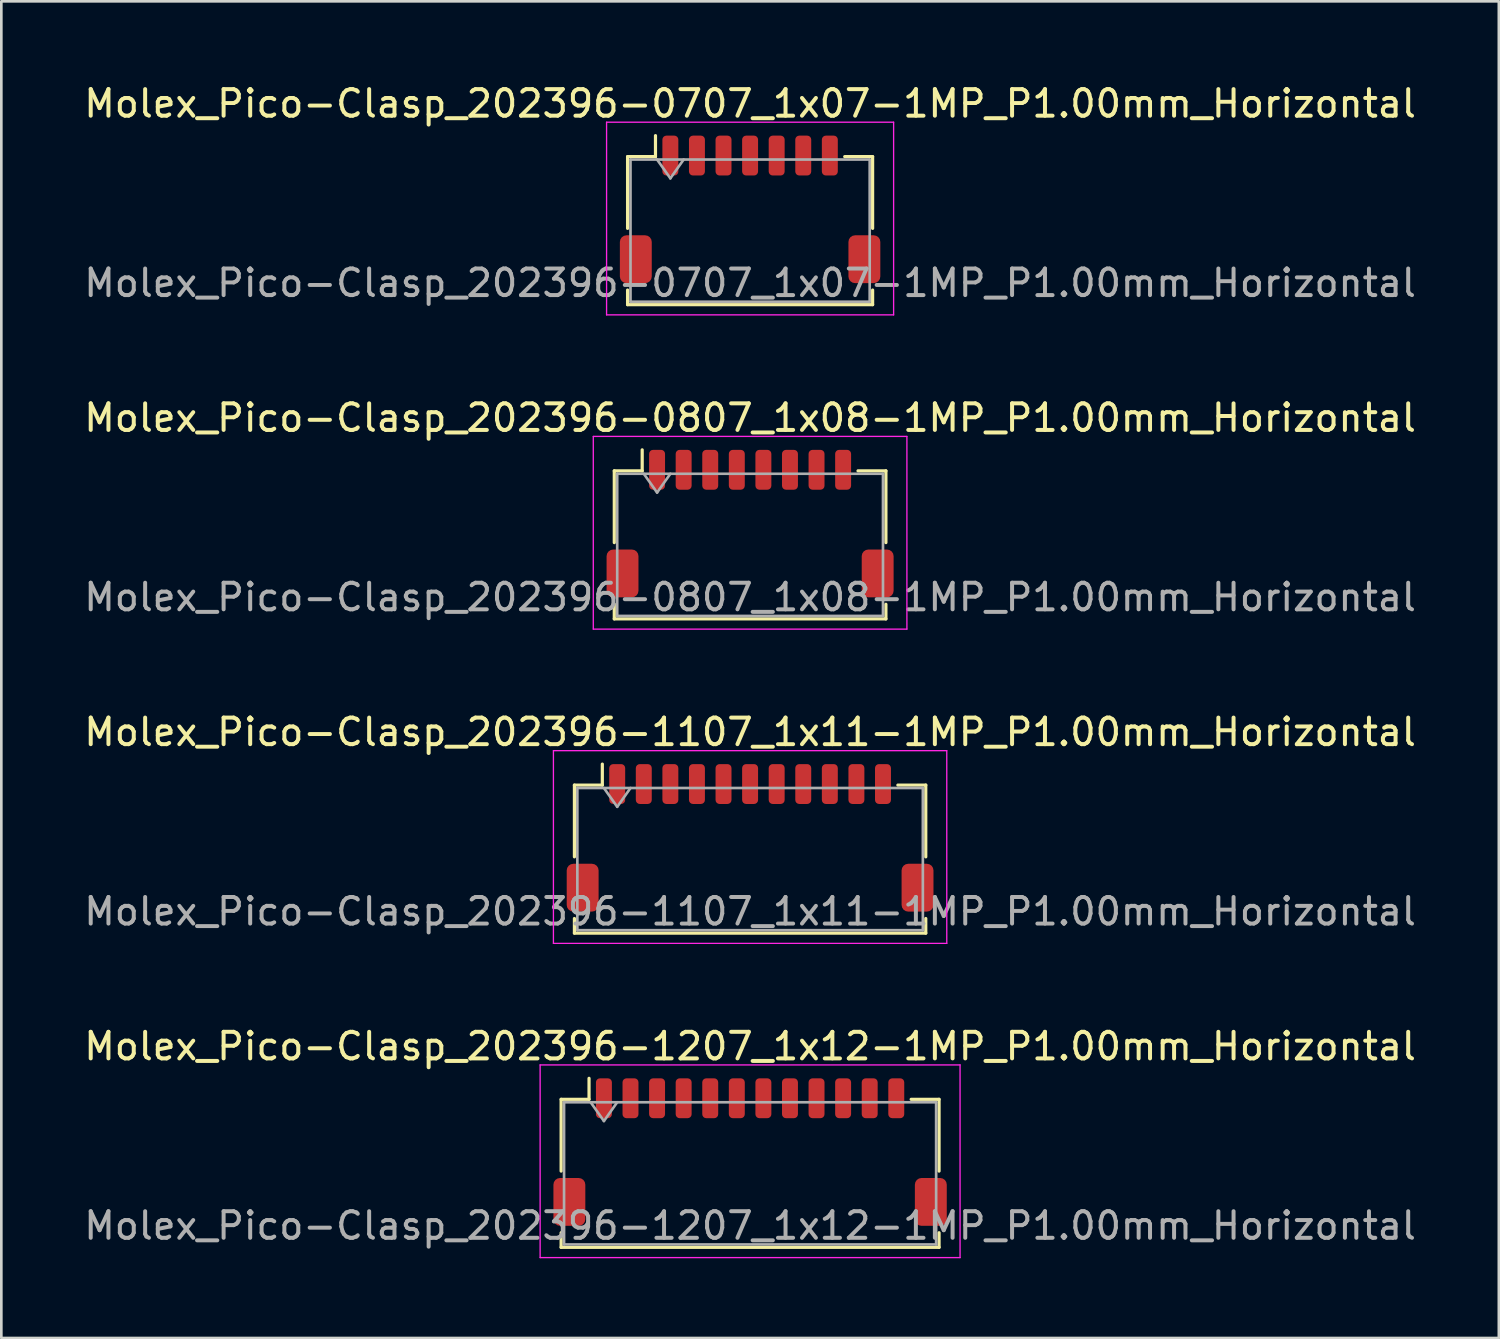
<source format=kicad_pcb>
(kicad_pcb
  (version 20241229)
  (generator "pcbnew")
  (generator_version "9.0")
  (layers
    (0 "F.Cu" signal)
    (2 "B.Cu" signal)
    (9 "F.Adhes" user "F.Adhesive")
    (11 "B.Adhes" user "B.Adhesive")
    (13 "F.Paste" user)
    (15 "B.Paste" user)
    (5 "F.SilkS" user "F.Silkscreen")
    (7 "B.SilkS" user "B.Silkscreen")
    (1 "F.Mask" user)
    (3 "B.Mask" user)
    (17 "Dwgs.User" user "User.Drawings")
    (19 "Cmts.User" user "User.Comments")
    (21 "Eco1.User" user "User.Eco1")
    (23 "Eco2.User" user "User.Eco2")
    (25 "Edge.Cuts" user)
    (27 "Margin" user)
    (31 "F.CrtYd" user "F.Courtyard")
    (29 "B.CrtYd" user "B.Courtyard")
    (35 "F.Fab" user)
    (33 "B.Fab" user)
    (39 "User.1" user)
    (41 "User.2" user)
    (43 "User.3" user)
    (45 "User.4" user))
  (footprint "Molex_Pico-Clasp_202396-1207_1x12-1MP_P1.00mm_Horizontal"
    (layer "F.Cu")
    (at 25.173 40.298)
    (property "Reference" "Molex_Pico-Clasp_202396-1207_1x12-1MP_P1.00mm_Horizontal" (at 0 -3.98 0) (layer "F.SilkS") (effects (font (size 1 1) (thickness 0.15))))
    (attr smd)
    (fp_line (start -7.11 -1.985) (end -6.06 -1.985) (stroke (width 0.12) (type solid)) (layer "F.SilkS"))
    (fp_line (start -7.11 0.715) (end -7.11 -1.985) (stroke (width 0.12) (type solid)) (layer "F.SilkS"))
    (fp_line (start -7.11 3.035) (end -7.11 3.585) (stroke (width 0.12) (type solid)) (layer "F.SilkS"))
    (fp_line (start -7.11 3.585) (end 7.11 3.585) (stroke (width 0.12) (type solid)) (layer "F.SilkS"))
    (fp_line (start -6.06 -1.985) (end -6.06 -2.775) (stroke (width 0.12) (type solid)) (layer "F.SilkS"))
    (fp_line (start 7.11 -1.985) (end 6.06 -1.985) (stroke (width 0.12) (type solid)) (layer "F.SilkS"))
    (fp_line (start 7.11 0.715) (end 7.11 -1.985) (stroke (width 0.12) (type solid)) (layer "F.SilkS"))
    (fp_line (start 7.11 3.585) (end 7.11 3.035) (stroke (width 0.12) (type solid)) (layer "F.SilkS"))
    (fp_line (start -7.9 -3.28) (end -7.9 3.97) (stroke (width 0.05) (type solid)) (layer "F.CrtYd"))
    (fp_line (start -7.9 3.97) (end 7.9 3.97) (stroke (width 0.05) (type solid)) (layer "F.CrtYd"))
    (fp_line (start 7.9 -3.28) (end -7.9 -3.28) (stroke (width 0.05) (type solid)) (layer "F.CrtYd"))
    (fp_line (start 7.9 3.97) (end 7.9 -3.28) (stroke (width 0.05) (type solid)) (layer "F.CrtYd"))
    (fp_line (start -7 -1.875) (end -7 3.475) (stroke (width 0.1) (type solid)) (layer "F.Fab"))
    (fp_line (start -7 -1.875) (end 7 -1.875) (stroke (width 0.1) (type solid)) (layer "F.Fab"))
    (fp_line (start -7 3.475) (end 7 3.475) (stroke (width 0.1) (type solid)) (layer "F.Fab"))
    (fp_line (start -6 -1.875) (end -5.5 -1.168) (stroke (width 0.1) (type solid)) (layer "F.Fab"))
    (fp_line (start -5.5 -1.168) (end -5 -1.875) (stroke (width 0.1) (type solid)) (layer "F.Fab"))
    (fp_line (start 7 -1.875) (end 7 3.475) (stroke (width 0.1) (type solid)) (layer "F.Fab"))
    (fp_text user "${REFERENCE}" (at 0 2.77 0) (layer "F.Fab") (effects (font (size 1 1) (thickness 0.15))))
    (pad "1" smd roundrect (at -5.5 -2.025) (size 0.6 1.5) (layers "F.Cu" "F.Mask" "F.Paste") (roundrect_rratio 0.25))
    (pad "2" smd roundrect (at -4.5 -2.025) (size 0.6 1.5) (layers "F.Cu" "F.Mask" "F.Paste") (roundrect_rratio 0.25))
    (pad "3" smd roundrect (at -3.5 -2.025) (size 0.6 1.5) (layers "F.Cu" "F.Mask" "F.Paste") (roundrect_rratio 0.25))
    (pad "4" smd roundrect (at -2.5 -2.025) (size 0.6 1.5) (layers "F.Cu" "F.Mask" "F.Paste") (roundrect_rratio 0.25))
    (pad "5" smd roundrect (at -1.5 -2.025) (size 0.6 1.5) (layers "F.Cu" "F.Mask" "F.Paste") (roundrect_rratio 0.25))
    (pad "6" smd roundrect (at -0.5 -2.025) (size 0.6 1.5) (layers "F.Cu" "F.Mask" "F.Paste") (roundrect_rratio 0.25))
    (pad "7" smd roundrect (at 0.5 -2.025) (size 0.6 1.5) (layers "F.Cu" "F.Mask" "F.Paste") (roundrect_rratio 0.25))
    (pad "8" smd roundrect (at 1.5 -2.025) (size 0.6 1.5) (layers "F.Cu" "F.Mask" "F.Paste") (roundrect_rratio 0.25))
    (pad "9" smd roundrect (at 2.5 -2.025) (size 0.6 1.5) (layers "F.Cu" "F.Mask" "F.Paste") (roundrect_rratio 0.25))
    (pad "10" smd roundrect (at 3.5 -2.025) (size 0.6 1.5) (layers "F.Cu" "F.Mask" "F.Paste") (roundrect_rratio 0.25))
    (pad "11" smd roundrect (at 4.5 -2.025) (size 0.6 1.5) (layers "F.Cu" "F.Mask" "F.Paste") (roundrect_rratio 0.25))
    (pad "12" smd roundrect (at 5.5 -2.025) (size 0.6 1.5) (layers "F.Cu" "F.Mask" "F.Paste") (roundrect_rratio 0.25))
    (pad "MP" smd roundrect (at -6.8 1.875) (size 1.2 1.8) (layers "F.Cu" "F.Mask" "F.Paste") (roundrect_rratio 0.208))
    (pad "MP" smd roundrect (at 6.8 1.875) (size 1.2 1.8) (layers "F.Cu" "F.Mask" "F.Paste") (roundrect_rratio 0.208)))
  (footprint "Molex_Pico-Clasp_202396-0707_1x07-1MP_P1.00mm_Horizontal"
    (layer "F.Cu")
    (at 25.173 4.828)
    (property "Reference" "Molex_Pico-Clasp_202396-0707_1x07-1MP_P1.00mm_Horizontal" (at 0 -3.98 0) (layer "F.SilkS") (effects (font (size 1 1) (thickness 0.15))))
    (attr smd)
    (fp_line (start -4.61 -1.985) (end -3.56 -1.985) (stroke (width 0.12) (type solid)) (layer "F.SilkS"))
    (fp_line (start -4.61 0.715) (end -4.61 -1.985) (stroke (width 0.12) (type solid)) (layer "F.SilkS"))
    (fp_line (start -4.61 3.035) (end -4.61 3.585) (stroke (width 0.12) (type solid)) (layer "F.SilkS"))
    (fp_line (start -4.61 3.585) (end 4.61 3.585) (stroke (width 0.12) (type solid)) (layer "F.SilkS"))
    (fp_line (start -3.56 -1.985) (end -3.56 -2.775) (stroke (width 0.12) (type solid)) (layer "F.SilkS"))
    (fp_line (start 4.61 -1.985) (end 3.56 -1.985) (stroke (width 0.12) (type solid)) (layer "F.SilkS"))
    (fp_line (start 4.61 0.715) (end 4.61 -1.985) (stroke (width 0.12) (type solid)) (layer "F.SilkS"))
    (fp_line (start 4.61 3.585) (end 4.61 3.035) (stroke (width 0.12) (type solid)) (layer "F.SilkS"))
    (fp_line (start -5.4 -3.28) (end -5.4 3.97) (stroke (width 0.05) (type solid)) (layer "F.CrtYd"))
    (fp_line (start -5.4 3.97) (end 5.4 3.97) (stroke (width 0.05) (type solid)) (layer "F.CrtYd"))
    (fp_line (start 5.4 -3.28) (end -5.4 -3.28) (stroke (width 0.05) (type solid)) (layer "F.CrtYd"))
    (fp_line (start 5.4 3.97) (end 5.4 -3.28) (stroke (width 0.05) (type solid)) (layer "F.CrtYd"))
    (fp_line (start -4.5 -1.875) (end -4.5 3.475) (stroke (width 0.1) (type solid)) (layer "F.Fab"))
    (fp_line (start -4.5 -1.875) (end 4.5 -1.875) (stroke (width 0.1) (type solid)) (layer "F.Fab"))
    (fp_line (start -4.5 3.475) (end 4.5 3.475) (stroke (width 0.1) (type solid)) (layer "F.Fab"))
    (fp_line (start -3.5 -1.875) (end -3 -1.168) (stroke (width 0.1) (type solid)) (layer "F.Fab"))
    (fp_line (start -3 -1.168) (end -2.5 -1.875) (stroke (width 0.1) (type solid)) (layer "F.Fab"))
    (fp_line (start 4.5 -1.875) (end 4.5 3.475) (stroke (width 0.1) (type solid)) (layer "F.Fab"))
    (fp_text user "${REFERENCE}" (at 0 2.77 0) (layer "F.Fab") (effects (font (size 1 1) (thickness 0.15))))
    (pad "1" smd roundrect (at -3 -2.025) (size 0.6 1.5) (layers "F.Cu" "F.Mask" "F.Paste") (roundrect_rratio 0.25))
    (pad "2" smd roundrect (at -2 -2.025) (size 0.6 1.5) (layers "F.Cu" "F.Mask" "F.Paste") (roundrect_rratio 0.25))
    (pad "3" smd roundrect (at -1 -2.025) (size 0.6 1.5) (layers "F.Cu" "F.Mask" "F.Paste") (roundrect_rratio 0.25))
    (pad "4" smd roundrect (at 0 -2.025) (size 0.6 1.5) (layers "F.Cu" "F.Mask" "F.Paste") (roundrect_rratio 0.25))
    (pad "5" smd roundrect (at 1 -2.025) (size 0.6 1.5) (layers "F.Cu" "F.Mask" "F.Paste") (roundrect_rratio 0.25))
    (pad "6" smd roundrect (at 2 -2.025) (size 0.6 1.5) (layers "F.Cu" "F.Mask" "F.Paste") (roundrect_rratio 0.25))
    (pad "7" smd roundrect (at 3 -2.025) (size 0.6 1.5) (layers "F.Cu" "F.Mask" "F.Paste") (roundrect_rratio 0.25))
    (pad "MP" smd roundrect (at -4.3 1.875) (size 1.2 1.8) (layers "F.Cu" "F.Mask" "F.Paste") (roundrect_rratio 0.208))
    (pad "MP" smd roundrect (at 4.3 1.875) (size 1.2 1.8) (layers "F.Cu" "F.Mask" "F.Paste") (roundrect_rratio 0.208)))
  (footprint "Molex_Pico-Clasp_202396-0807_1x08-1MP_P1.00mm_Horizontal"
    (layer "F.Cu")
    (at 25.173 16.651)
    (property "Reference" "Molex_Pico-Clasp_202396-0807_1x08-1MP_P1.00mm_Horizontal" (at 0 -3.98 0) (layer "F.SilkS") (effects (font (size 1 1) (thickness 0.15))))
    (attr smd)
    (fp_line (start -5.11 -1.985) (end -4.06 -1.985) (stroke (width 0.12) (type solid)) (layer "F.SilkS"))
    (fp_line (start -5.11 0.715) (end -5.11 -1.985) (stroke (width 0.12) (type solid)) (layer "F.SilkS"))
    (fp_line (start -5.11 3.035) (end -5.11 3.585) (stroke (width 0.12) (type solid)) (layer "F.SilkS"))
    (fp_line (start -5.11 3.585) (end 5.11 3.585) (stroke (width 0.12) (type solid)) (layer "F.SilkS"))
    (fp_line (start -4.06 -1.985) (end -4.06 -2.775) (stroke (width 0.12) (type solid)) (layer "F.SilkS"))
    (fp_line (start 5.11 -1.985) (end 4.06 -1.985) (stroke (width 0.12) (type solid)) (layer "F.SilkS"))
    (fp_line (start 5.11 0.715) (end 5.11 -1.985) (stroke (width 0.12) (type solid)) (layer "F.SilkS"))
    (fp_line (start 5.11 3.585) (end 5.11 3.035) (stroke (width 0.12) (type solid)) (layer "F.SilkS"))
    (fp_line (start -5.9 -3.28) (end -5.9 3.97) (stroke (width 0.05) (type solid)) (layer "F.CrtYd"))
    (fp_line (start -5.9 3.97) (end 5.9 3.97) (stroke (width 0.05) (type solid)) (layer "F.CrtYd"))
    (fp_line (start 5.9 -3.28) (end -5.9 -3.28) (stroke (width 0.05) (type solid)) (layer "F.CrtYd"))
    (fp_line (start 5.9 3.97) (end 5.9 -3.28) (stroke (width 0.05) (type solid)) (layer "F.CrtYd"))
    (fp_line (start -5 -1.875) (end -5 3.475) (stroke (width 0.1) (type solid)) (layer "F.Fab"))
    (fp_line (start -5 -1.875) (end 5 -1.875) (stroke (width 0.1) (type solid)) (layer "F.Fab"))
    (fp_line (start -5 3.475) (end 5 3.475) (stroke (width 0.1) (type solid)) (layer "F.Fab"))
    (fp_line (start -4 -1.875) (end -3.5 -1.168) (stroke (width 0.1) (type solid)) (layer "F.Fab"))
    (fp_line (start -3.5 -1.168) (end -3 -1.875) (stroke (width 0.1) (type solid)) (layer "F.Fab"))
    (fp_line (start 5 -1.875) (end 5 3.475) (stroke (width 0.1) (type solid)) (layer "F.Fab"))
    (fp_text user "${REFERENCE}" (at 0 2.77 0) (layer "F.Fab") (effects (font (size 1 1) (thickness 0.15))))
    (pad "1" smd roundrect (at -3.5 -2.025) (size 0.6 1.5) (layers "F.Cu" "F.Mask" "F.Paste") (roundrect_rratio 0.25))
    (pad "2" smd roundrect (at -2.5 -2.025) (size 0.6 1.5) (layers "F.Cu" "F.Mask" "F.Paste") (roundrect_rratio 0.25))
    (pad "3" smd roundrect (at -1.5 -2.025) (size 0.6 1.5) (layers "F.Cu" "F.Mask" "F.Paste") (roundrect_rratio 0.25))
    (pad "4" smd roundrect (at -0.5 -2.025) (size 0.6 1.5) (layers "F.Cu" "F.Mask" "F.Paste") (roundrect_rratio 0.25))
    (pad "5" smd roundrect (at 0.5 -2.025) (size 0.6 1.5) (layers "F.Cu" "F.Mask" "F.Paste") (roundrect_rratio 0.25))
    (pad "6" smd roundrect (at 1.5 -2.025) (size 0.6 1.5) (layers "F.Cu" "F.Mask" "F.Paste") (roundrect_rratio 0.25))
    (pad "7" smd roundrect (at 2.5 -2.025) (size 0.6 1.5) (layers "F.Cu" "F.Mask" "F.Paste") (roundrect_rratio 0.25))
    (pad "8" smd roundrect (at 3.5 -2.025) (size 0.6 1.5) (layers "F.Cu" "F.Mask" "F.Paste") (roundrect_rratio 0.25))
    (pad "MP" smd roundrect (at -4.8 1.875) (size 1.2 1.8) (layers "F.Cu" "F.Mask" "F.Paste") (roundrect_rratio 0.208))
    (pad "MP" smd roundrect (at 4.8 1.875) (size 1.2 1.8) (layers "F.Cu" "F.Mask" "F.Paste") (roundrect_rratio 0.208)))
  (footprint "Molex_Pico-Clasp_202396-1107_1x11-1MP_P1.00mm_Horizontal"
    (layer "F.Cu")
    (at 25.173 28.475)
    (property "Reference" "Molex_Pico-Clasp_202396-1107_1x11-1MP_P1.00mm_Horizontal" (at 0 -3.98 0) (layer "F.SilkS") (effects (font (size 1 1) (thickness 0.15))))
    (attr smd)
    (fp_line (start -6.61 -1.985) (end -5.56 -1.985) (stroke (width 0.12) (type solid)) (layer "F.SilkS"))
    (fp_line (start -6.61 0.715) (end -6.61 -1.985) (stroke (width 0.12) (type solid)) (layer "F.SilkS"))
    (fp_line (start -6.61 3.035) (end -6.61 3.585) (stroke (width 0.12) (type solid)) (layer "F.SilkS"))
    (fp_line (start -6.61 3.585) (end 6.61 3.585) (stroke (width 0.12) (type solid)) (layer "F.SilkS"))
    (fp_line (start -5.56 -1.985) (end -5.56 -2.775) (stroke (width 0.12) (type solid)) (layer "F.SilkS"))
    (fp_line (start 6.61 -1.985) (end 5.56 -1.985) (stroke (width 0.12) (type solid)) (layer "F.SilkS"))
    (fp_line (start 6.61 0.715) (end 6.61 -1.985) (stroke (width 0.12) (type solid)) (layer "F.SilkS"))
    (fp_line (start 6.61 3.585) (end 6.61 3.035) (stroke (width 0.12) (type solid)) (layer "F.SilkS"))
    (fp_line (start -7.4 -3.28) (end -7.4 3.97) (stroke (width 0.05) (type solid)) (layer "F.CrtYd"))
    (fp_line (start -7.4 3.97) (end 7.4 3.97) (stroke (width 0.05) (type solid)) (layer "F.CrtYd"))
    (fp_line (start 7.4 -3.28) (end -7.4 -3.28) (stroke (width 0.05) (type solid)) (layer "F.CrtYd"))
    (fp_line (start 7.4 3.97) (end 7.4 -3.28) (stroke (width 0.05) (type solid)) (layer "F.CrtYd"))
    (fp_line (start -6.5 -1.875) (end -6.5 3.475) (stroke (width 0.1) (type solid)) (layer "F.Fab"))
    (fp_line (start -6.5 -1.875) (end 6.5 -1.875) (stroke (width 0.1) (type solid)) (layer "F.Fab"))
    (fp_line (start -6.5 3.475) (end 6.5 3.475) (stroke (width 0.1) (type solid)) (layer "F.Fab"))
    (fp_line (start -5.5 -1.875) (end -5 -1.168) (stroke (width 0.1) (type solid)) (layer "F.Fab"))
    (fp_line (start -5 -1.168) (end -4.5 -1.875) (stroke (width 0.1) (type solid)) (layer "F.Fab"))
    (fp_line (start 6.5 -1.875) (end 6.5 3.475) (stroke (width 0.1) (type solid)) (layer "F.Fab"))
    (fp_text user "${REFERENCE}" (at 0 2.77 0) (layer "F.Fab") (effects (font (size 1 1) (thickness 0.15))))
    (pad "1" smd roundrect (at -5 -2.025) (size 0.6 1.5) (layers "F.Cu" "F.Mask" "F.Paste") (roundrect_rratio 0.25))
    (pad "2" smd roundrect (at -4 -2.025) (size 0.6 1.5) (layers "F.Cu" "F.Mask" "F.Paste") (roundrect_rratio 0.25))
    (pad "3" smd roundrect (at -3 -2.025) (size 0.6 1.5) (layers "F.Cu" "F.Mask" "F.Paste") (roundrect_rratio 0.25))
    (pad "4" smd roundrect (at -2 -2.025) (size 0.6 1.5) (layers "F.Cu" "F.Mask" "F.Paste") (roundrect_rratio 0.25))
    (pad "5" smd roundrect (at -1 -2.025) (size 0.6 1.5) (layers "F.Cu" "F.Mask" "F.Paste") (roundrect_rratio 0.25))
    (pad "6" smd roundrect (at 0 -2.025) (size 0.6 1.5) (layers "F.Cu" "F.Mask" "F.Paste") (roundrect_rratio 0.25))
    (pad "7" smd roundrect (at 1 -2.025) (size 0.6 1.5) (layers "F.Cu" "F.Mask" "F.Paste") (roundrect_rratio 0.25))
    (pad "8" smd roundrect (at 2 -2.025) (size 0.6 1.5) (layers "F.Cu" "F.Mask" "F.Paste") (roundrect_rratio 0.25))
    (pad "9" smd roundrect (at 3 -2.025) (size 0.6 1.5) (layers "F.Cu" "F.Mask" "F.Paste") (roundrect_rratio 0.25))
    (pad "10" smd roundrect (at 4 -2.025) (size 0.6 1.5) (layers "F.Cu" "F.Mask" "F.Paste") (roundrect_rratio 0.25))
    (pad "11" smd roundrect (at 5 -2.025) (size 0.6 1.5) (layers "F.Cu" "F.Mask" "F.Paste") (roundrect_rratio 0.25))
    (pad "MP" smd roundrect (at -6.3 1.875) (size 1.2 1.8) (layers "F.Cu" "F.Mask" "F.Paste") (roundrect_rratio 0.208))
    (pad "MP" smd roundrect (at 6.3 1.875) (size 1.2 1.8) (layers "F.Cu" "F.Mask" "F.Paste") (roundrect_rratio 0.208)))
  (gr_rect
    (start -3 -3)
    (end 53.345 47.293)
    (stroke (width 0.1) (type default))
    (fill no)
    (layer "Edge.Cuts")))
</source>
